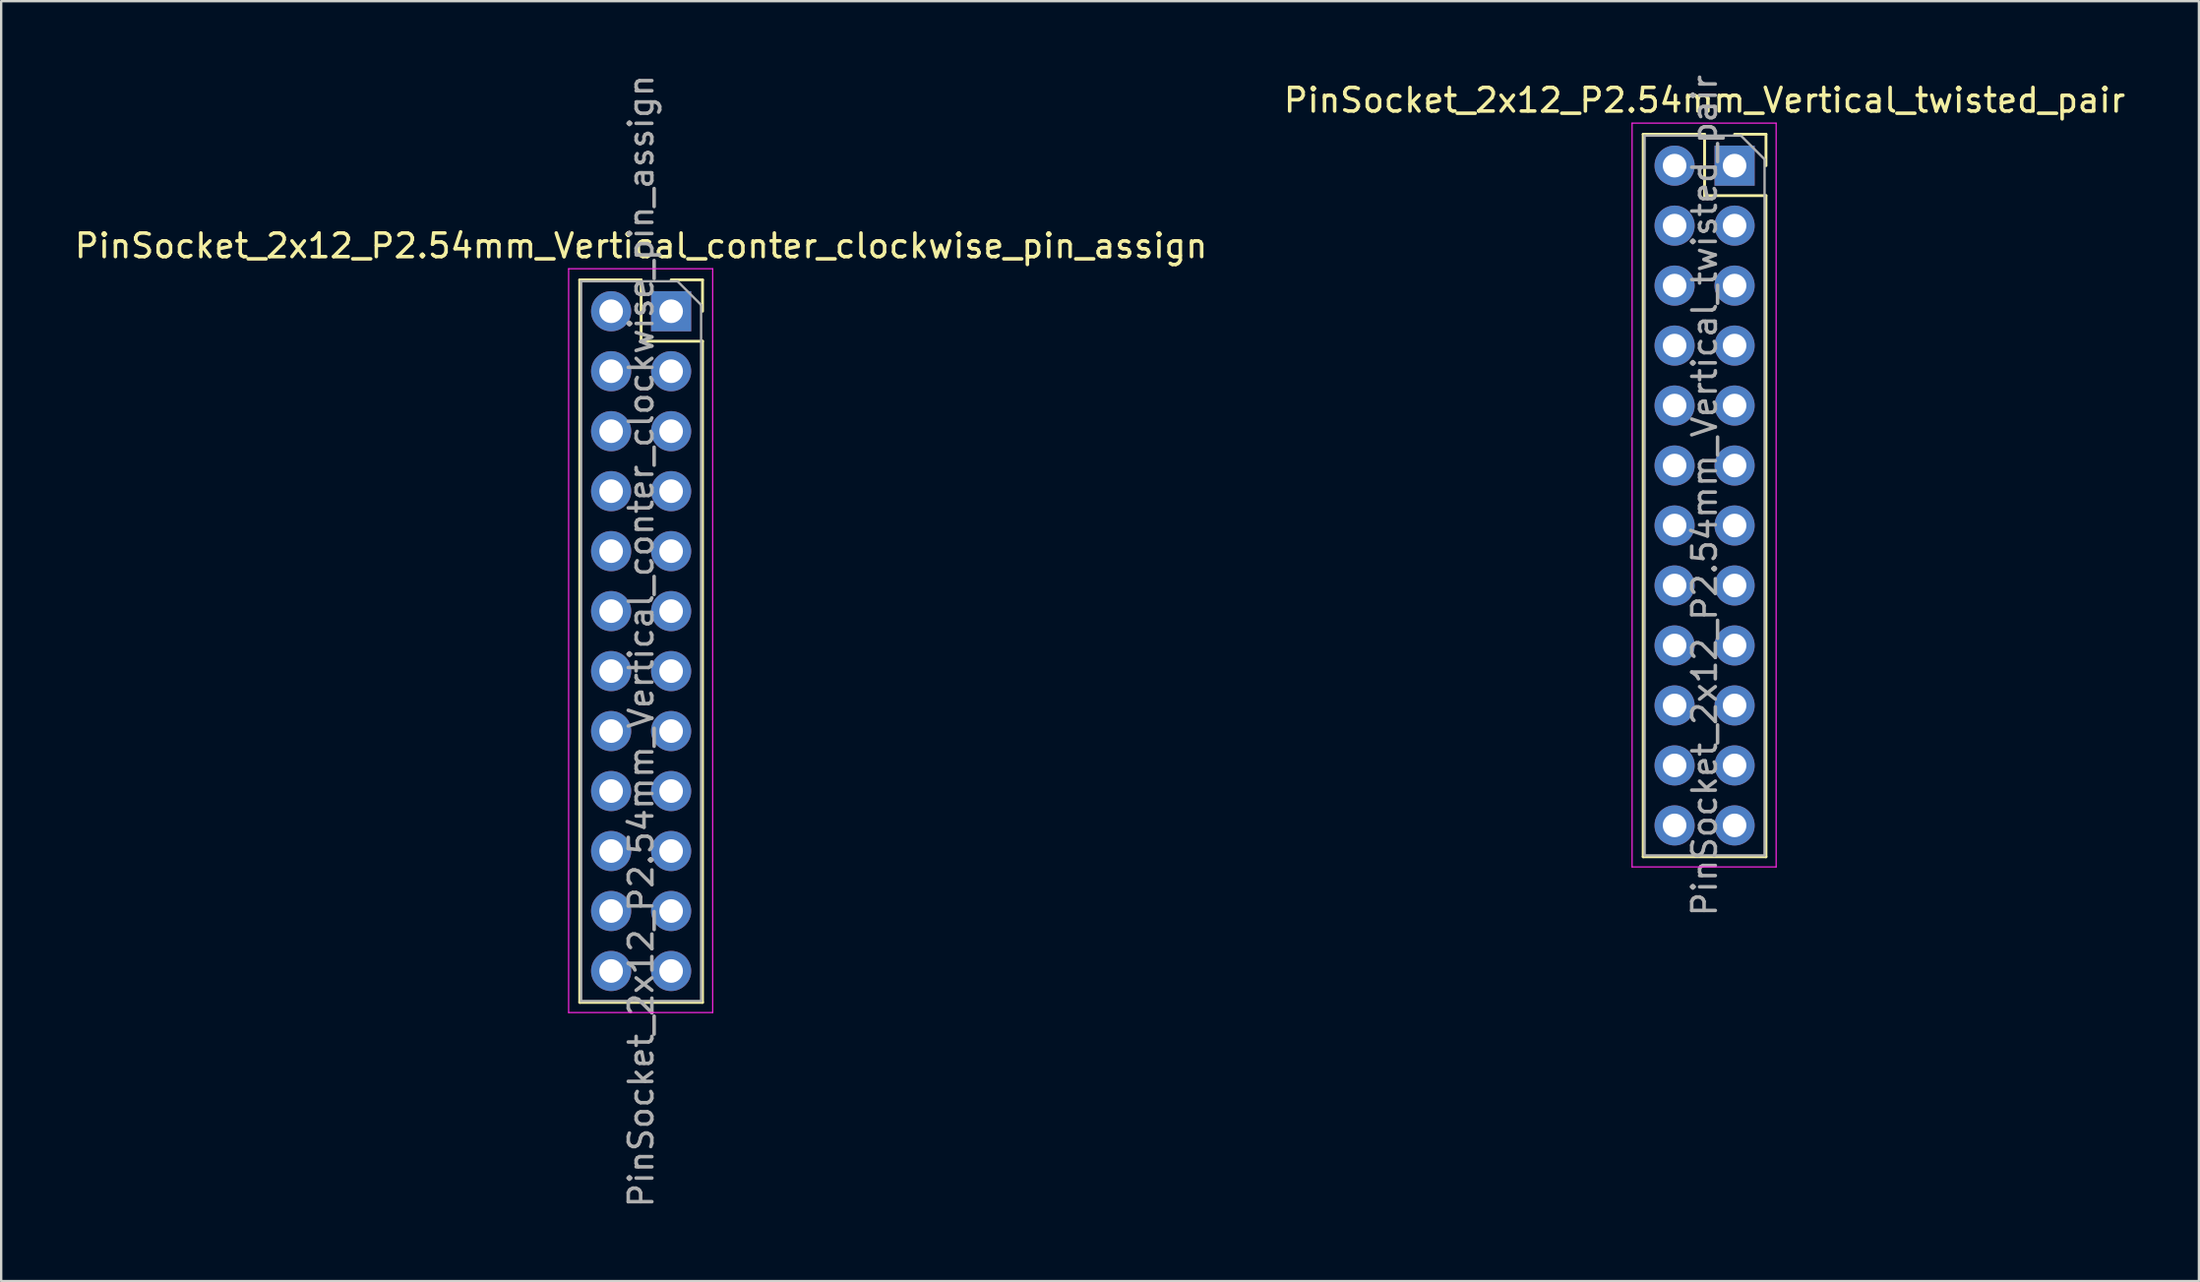
<source format=kicad_pcb>
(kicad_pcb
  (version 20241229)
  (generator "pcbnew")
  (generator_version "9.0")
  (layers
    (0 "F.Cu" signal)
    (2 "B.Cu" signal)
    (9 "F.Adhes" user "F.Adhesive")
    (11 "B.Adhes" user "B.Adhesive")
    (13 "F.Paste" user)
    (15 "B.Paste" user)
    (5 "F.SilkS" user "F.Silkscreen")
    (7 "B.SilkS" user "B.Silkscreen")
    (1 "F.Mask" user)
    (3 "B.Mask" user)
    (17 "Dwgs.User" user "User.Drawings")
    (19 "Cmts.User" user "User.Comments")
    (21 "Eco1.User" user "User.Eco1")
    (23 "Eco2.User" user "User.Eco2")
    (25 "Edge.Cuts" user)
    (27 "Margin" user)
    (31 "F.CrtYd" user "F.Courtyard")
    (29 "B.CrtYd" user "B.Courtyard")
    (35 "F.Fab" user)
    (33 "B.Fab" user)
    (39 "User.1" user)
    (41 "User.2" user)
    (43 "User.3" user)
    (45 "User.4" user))
  (footprint "PinSocket_2x12_P2.54mm_Vertical_conter_clockwise_pin_assign"
    (layer "F.Cu")
    (at 25.371 10.131)
    (property "Reference" "PinSocket_2x12_P2.54mm_Vertical_conter_clockwise_pin_assign" (at -1.27 -2.77 0) (layer "F.SilkS") (effects (font (size 1 1) (thickness 0.15))))
    (attr through_hole)
    (fp_line (start -3.87 -1.33) (end -3.87 29.27) (stroke (width 0.12) (type solid)) (layer "F.SilkS"))
    (fp_line (start -3.87 -1.33) (end -1.27 -1.33) (stroke (width 0.12) (type solid)) (layer "F.SilkS"))
    (fp_line (start -3.87 29.27) (end 1.33 29.27) (stroke (width 0.12) (type solid)) (layer "F.SilkS"))
    (fp_line (start -1.27 -1.33) (end -1.27 1.27) (stroke (width 0.12) (type solid)) (layer "F.SilkS"))
    (fp_line (start -1.27 1.27) (end 1.33 1.27) (stroke (width 0.12) (type solid)) (layer "F.SilkS"))
    (fp_line (start 0 -1.33) (end 1.33 -1.33) (stroke (width 0.12) (type solid)) (layer "F.SilkS"))
    (fp_line (start 1.33 -1.33) (end 1.33 0) (stroke (width 0.12) (type solid)) (layer "F.SilkS"))
    (fp_line (start 1.33 1.27) (end 1.33 29.27) (stroke (width 0.12) (type solid)) (layer "F.SilkS"))
    (fp_line (start -4.34 -1.8) (end 1.76 -1.8) (stroke (width 0.05) (type solid)) (layer "F.CrtYd"))
    (fp_line (start -4.34 29.7) (end -4.34 -1.8) (stroke (width 0.05) (type solid)) (layer "F.CrtYd"))
    (fp_line (start 1.76 -1.8) (end 1.76 29.7) (stroke (width 0.05) (type solid)) (layer "F.CrtYd"))
    (fp_line (start 1.76 29.7) (end -4.34 29.7) (stroke (width 0.05) (type solid)) (layer "F.CrtYd"))
    (fp_line (start -3.81 -1.27) (end 0.27 -1.27) (stroke (width 0.1) (type solid)) (layer "F.Fab"))
    (fp_line (start -3.81 29.21) (end -3.81 -1.27) (stroke (width 0.1) (type solid)) (layer "F.Fab"))
    (fp_line (start 0.27 -1.27) (end 1.27 -0.27) (stroke (width 0.1) (type solid)) (layer "F.Fab"))
    (fp_line (start 1.27 -0.27) (end 1.27 29.21) (stroke (width 0.1) (type solid)) (layer "F.Fab"))
    (fp_line (start 1.27 29.21) (end -3.81 29.21) (stroke (width 0.1) (type solid)) (layer "F.Fab"))
    (fp_text user "${REFERENCE}" (at -1.27 13.97 90) (layer "F.Fab") (effects (font (size 1 1) (thickness 0.15))))
    (pad "1" thru_hole rect (at 0 0) (size 1.7 1.7) (drill 1) (layers "*.Cu" "*.Mask"))
    (pad "2" thru_hole oval (at 0 2.54) (size 1.7 1.7) (drill 1) (layers "*.Cu" "*.Mask"))
    (pad "3" thru_hole oval (at 0 5.08) (size 1.7 1.7) (drill 1) (layers "*.Cu" "*.Mask"))
    (pad "4" thru_hole oval (at 0 7.62) (size 1.7 1.7) (drill 1) (layers "*.Cu" "*.Mask"))
    (pad "5" thru_hole oval (at 0 10.16) (size 1.7 1.7) (drill 1) (layers "*.Cu" "*.Mask"))
    (pad "6" thru_hole oval (at 0 12.7) (size 1.7 1.7) (drill 1) (layers "*.Cu" "*.Mask"))
    (pad "7" thru_hole oval (at 0 15.24) (size 1.7 1.7) (drill 1) (layers "*.Cu" "*.Mask"))
    (pad "8" thru_hole oval (at 0 17.78) (size 1.7 1.7) (drill 1) (layers "*.Cu" "*.Mask"))
    (pad "9" thru_hole oval (at 0 20.32) (size 1.7 1.7) (drill 1) (layers "*.Cu" "*.Mask"))
    (pad "10" thru_hole oval (at 0 22.86) (size 1.7 1.7) (drill 1) (layers "*.Cu" "*.Mask"))
    (pad "11" thru_hole oval (at 0 25.4) (size 1.7 1.7) (drill 1) (layers "*.Cu" "*.Mask"))
    (pad "12" thru_hole oval (at 0 27.94) (size 1.7 1.7) (drill 1) (layers "*.Cu" "*.Mask"))
    (pad "13" thru_hole oval (at -2.54 27.94) (size 1.7 1.7) (drill 1) (layers "*.Cu" "*.Mask"))
    (pad "14" thru_hole oval (at -2.54 25.4) (size 1.7 1.7) (drill 1) (layers "*.Cu" "*.Mask"))
    (pad "15" thru_hole oval (at -2.54 22.86) (size 1.7 1.7) (drill 1) (layers "*.Cu" "*.Mask"))
    (pad "16" thru_hole oval (at -2.54 20.32) (size 1.7 1.7) (drill 1) (layers "*.Cu" "*.Mask"))
    (pad "17" thru_hole oval (at -2.54 17.78) (size 1.7 1.7) (drill 1) (layers "*.Cu" "*.Mask"))
    (pad "18" thru_hole oval (at -2.54 15.24) (size 1.7 1.7) (drill 1) (layers "*.Cu" "*.Mask"))
    (pad "19" thru_hole oval (at -2.54 12.7) (size 1.7 1.7) (drill 1) (layers "*.Cu" "*.Mask"))
    (pad "20" thru_hole oval (at -2.54 10.16) (size 1.7 1.7) (drill 1) (layers "*.Cu" "*.Mask"))
    (pad "21" thru_hole oval (at -2.54 7.62) (size 1.7 1.7) (drill 1) (layers "*.Cu" "*.Mask"))
    (pad "22" thru_hole oval (at -2.54 5.08) (size 1.7 1.7) (drill 1) (layers "*.Cu" "*.Mask"))
    (pad "23" thru_hole oval (at -2.54 2.54) (size 1.7 1.7) (drill 1) (layers "*.Cu" "*.Mask"))
    (pad "24" thru_hole oval (at -2.54 0) (size 1.7 1.7) (drill 1) (layers "*.Cu" "*.Mask")))
  (footprint "PinSocket_2x12_P2.54mm_Vertical_twisted_pair"
    (layer "F.Cu")
    (at 70.407 3.965)
    (property "Reference" "PinSocket_2x12_P2.54mm_Vertical_twisted_pair" (at -1.27 -2.77 0) (layer "F.SilkS") (effects (font (size 1 1) (thickness 0.15))))
    (attr through_hole)
    (fp_line (start -3.87 -1.33) (end -3.87 29.27) (stroke (width 0.12) (type solid)) (layer "F.SilkS"))
    (fp_line (start -3.87 -1.33) (end -1.27 -1.33) (stroke (width 0.12) (type solid)) (layer "F.SilkS"))
    (fp_line (start -3.87 29.27) (end 1.33 29.27) (stroke (width 0.12) (type solid)) (layer "F.SilkS"))
    (fp_line (start -1.27 -1.33) (end -1.27 1.27) (stroke (width 0.12) (type solid)) (layer "F.SilkS"))
    (fp_line (start -1.27 1.27) (end 1.33 1.27) (stroke (width 0.12) (type solid)) (layer "F.SilkS"))
    (fp_line (start 0 -1.33) (end 1.33 -1.33) (stroke (width 0.12) (type solid)) (layer "F.SilkS"))
    (fp_line (start 1.33 -1.33) (end 1.33 0) (stroke (width 0.12) (type solid)) (layer "F.SilkS"))
    (fp_line (start 1.33 1.27) (end 1.33 29.27) (stroke (width 0.12) (type solid)) (layer "F.SilkS"))
    (fp_line (start -4.34 -1.8) (end 1.76 -1.8) (stroke (width 0.05) (type solid)) (layer "F.CrtYd"))
    (fp_line (start -4.34 29.7) (end -4.34 -1.8) (stroke (width 0.05) (type solid)) (layer "F.CrtYd"))
    (fp_line (start 1.76 -1.8) (end 1.76 29.7) (stroke (width 0.05) (type solid)) (layer "F.CrtYd"))
    (fp_line (start 1.76 29.7) (end -4.34 29.7) (stroke (width 0.05) (type solid)) (layer "F.CrtYd"))
    (fp_line (start -3.81 -1.27) (end 0.27 -1.27) (stroke (width 0.1) (type solid)) (layer "F.Fab"))
    (fp_line (start -3.81 29.21) (end -3.81 -1.27) (stroke (width 0.1) (type solid)) (layer "F.Fab"))
    (fp_line (start 0.27 -1.27) (end 1.27 -0.27) (stroke (width 0.1) (type solid)) (layer "F.Fab"))
    (fp_line (start 1.27 -0.27) (end 1.27 29.21) (stroke (width 0.1) (type solid)) (layer "F.Fab"))
    (fp_line (start 1.27 29.21) (end -3.81 29.21) (stroke (width 0.1) (type solid)) (layer "F.Fab"))
    (fp_text user "${REFERENCE}" (at -1.27 13.97 90) (layer "F.Fab") (effects (font (size 1 1) (thickness 0.15))))
    (pad "1" thru_hole rect (at 0 0) (size 1.7 1.7) (drill 1) (layers "*.Cu" "*.Mask"))
    (pad "2" thru_hole oval (at 0 2.54) (size 1.7 1.7) (drill 1) (layers "*.Cu" "*.Mask"))
    (pad "3" thru_hole oval (at 0 5.08) (size 1.7 1.7) (drill 1) (layers "*.Cu" "*.Mask"))
    (pad "4" thru_hole oval (at 0 7.62) (size 1.7 1.7) (drill 1) (layers "*.Cu" "*.Mask"))
    (pad "5" thru_hole oval (at 0 10.16) (size 1.7 1.7) (drill 1) (layers "*.Cu" "*.Mask"))
    (pad "6" thru_hole oval (at 0 12.7) (size 1.7 1.7) (drill 1) (layers "*.Cu" "*.Mask"))
    (pad "7" thru_hole oval (at 0 15.24) (size 1.7 1.7) (drill 1) (layers "*.Cu" "*.Mask"))
    (pad "8" thru_hole oval (at 0 17.78) (size 1.7 1.7) (drill 1) (layers "*.Cu" "*.Mask"))
    (pad "9" thru_hole oval (at 0 20.32) (size 1.7 1.7) (drill 1) (layers "*.Cu" "*.Mask"))
    (pad "10" thru_hole oval (at 0 22.86) (size 1.7 1.7) (drill 1) (layers "*.Cu" "*.Mask"))
    (pad "11" thru_hole oval (at 0 25.4) (size 1.7 1.7) (drill 1) (layers "*.Cu" "*.Mask"))
    (pad "12" thru_hole oval (at 0 27.94) (size 1.7 1.7) (drill 1) (layers "*.Cu" "*.Mask"))
    (pad "13" thru_hole oval (at -2.54 0) (size 1.7 1.7) (drill 1) (layers "*.Cu" "*.Mask"))
    (pad "14" thru_hole oval (at -2.54 2.54) (size 1.7 1.7) (drill 1) (layers "*.Cu" "*.Mask"))
    (pad "15" thru_hole oval (at -2.54 5.08) (size 1.7 1.7) (drill 1) (layers "*.Cu" "*.Mask"))
    (pad "16" thru_hole oval (at -2.54 7.62) (size 1.7 1.7) (drill 1) (layers "*.Cu" "*.Mask"))
    (pad "17" thru_hole oval (at -2.54 10.16) (size 1.7 1.7) (drill 1) (layers "*.Cu" "*.Mask"))
    (pad "18" thru_hole oval (at -2.54 12.7) (size 1.7 1.7) (drill 1) (layers "*.Cu" "*.Mask"))
    (pad "19" thru_hole oval (at -2.54 15.24) (size 1.7 1.7) (drill 1) (layers "*.Cu" "*.Mask"))
    (pad "20" thru_hole oval (at -2.54 17.78) (size 1.7 1.7) (drill 1) (layers "*.Cu" "*.Mask"))
    (pad "21" thru_hole oval (at -2.54 20.32) (size 1.7 1.7) (drill 1) (layers "*.Cu" "*.Mask"))
    (pad "22" thru_hole oval (at -2.54 22.86) (size 1.7 1.7) (drill 1) (layers "*.Cu" "*.Mask"))
    (pad "23" thru_hole oval (at -2.54 25.4) (size 1.7 1.7) (drill 1) (layers "*.Cu" "*.Mask"))
    (pad "24" thru_hole oval (at -2.54 27.94) (size 1.7 1.7) (drill 1) (layers "*.Cu" "*.Mask")))
  (gr_rect
    (start -3 -3)
    (end 90.071 51.202)
    (stroke (width 0.1) (type default))
    (fill no)
    (layer "Edge.Cuts")))
</source>
